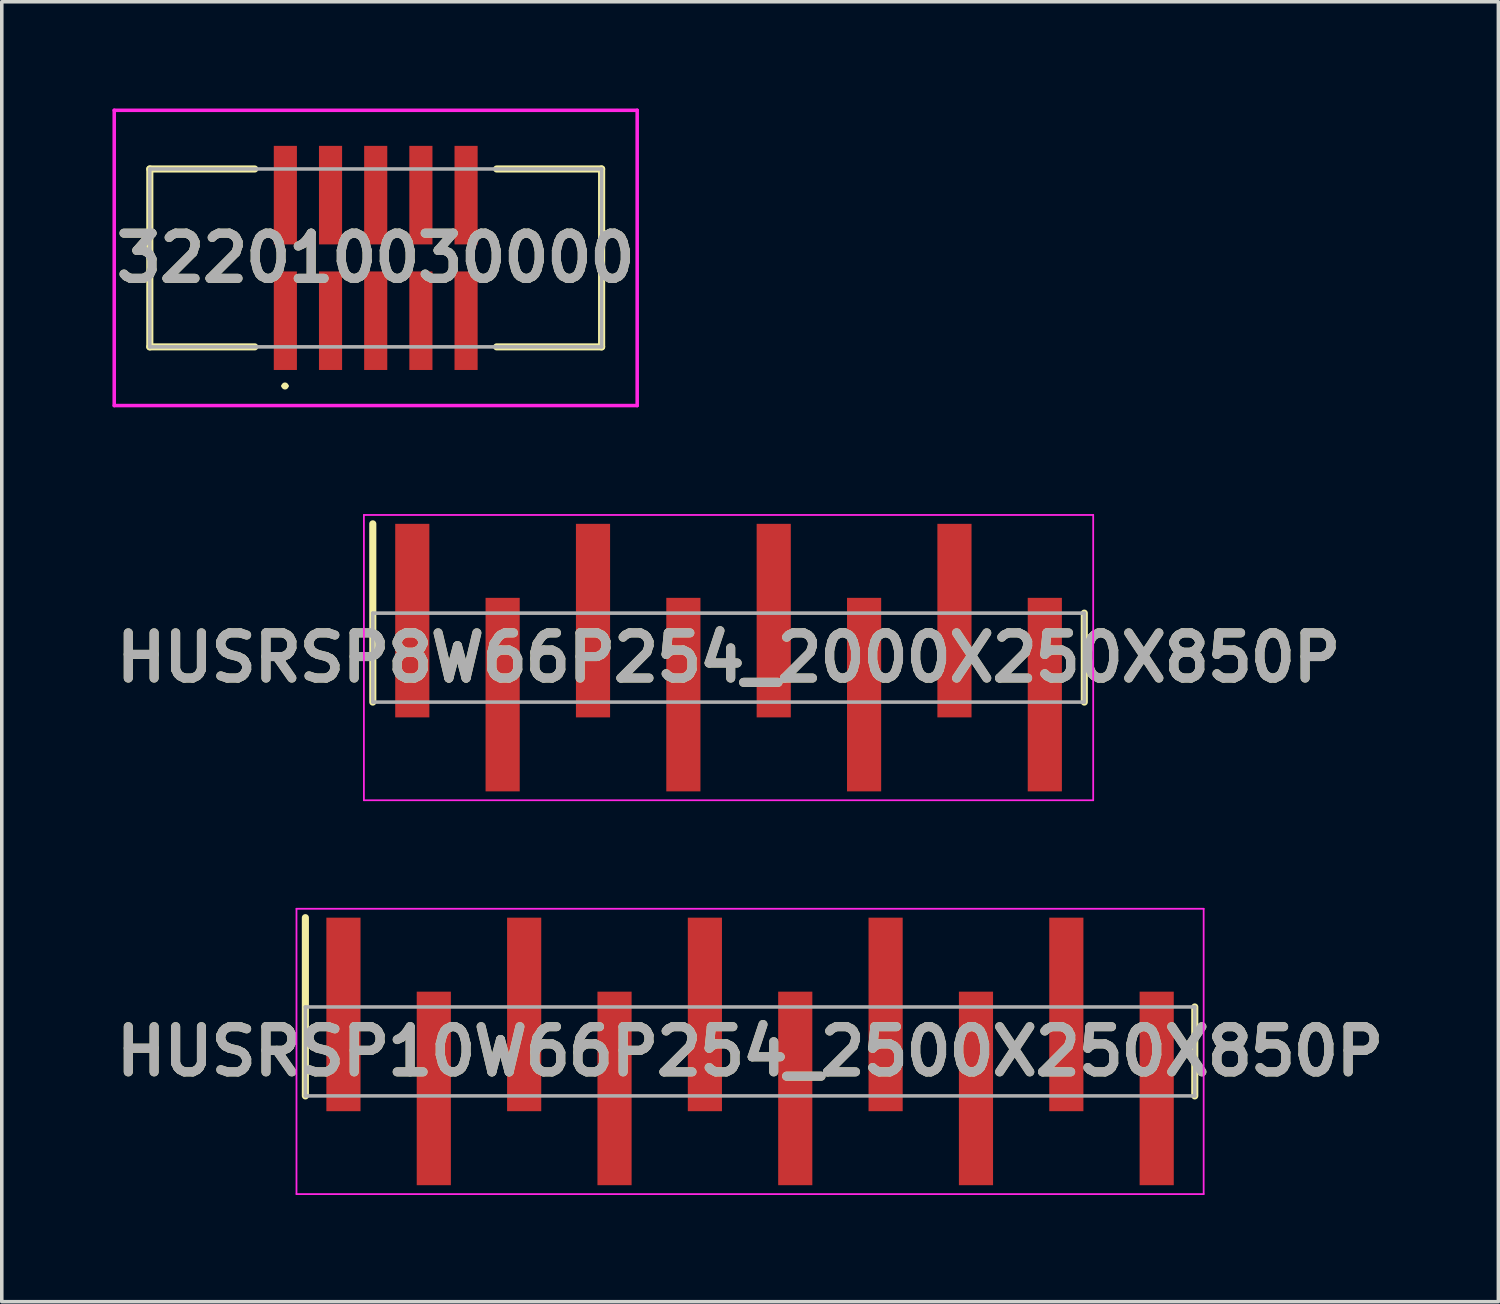
<source format=kicad_pcb>
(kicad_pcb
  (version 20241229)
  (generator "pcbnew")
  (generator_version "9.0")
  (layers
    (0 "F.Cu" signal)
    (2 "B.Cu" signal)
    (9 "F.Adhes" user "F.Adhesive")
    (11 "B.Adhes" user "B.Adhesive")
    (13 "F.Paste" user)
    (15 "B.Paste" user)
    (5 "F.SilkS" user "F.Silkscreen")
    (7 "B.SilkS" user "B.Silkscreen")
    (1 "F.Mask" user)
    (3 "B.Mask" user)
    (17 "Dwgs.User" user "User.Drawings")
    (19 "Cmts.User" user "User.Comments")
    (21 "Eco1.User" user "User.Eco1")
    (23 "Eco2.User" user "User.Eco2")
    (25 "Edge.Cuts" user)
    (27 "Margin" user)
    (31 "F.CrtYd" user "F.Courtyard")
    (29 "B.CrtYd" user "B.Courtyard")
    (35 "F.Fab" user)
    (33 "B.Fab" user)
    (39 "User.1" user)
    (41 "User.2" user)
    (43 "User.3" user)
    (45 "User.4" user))
  (footprint "HUSRSP8W66P254_2000X250X850P"
    (layer "F.Cu")
    (at 17.429 15.435)
    (property "Reference" "HUSRSP8W66P254_2000X250X850P" (at 0 0 0) (layer "F.SilkS") (effects (font (size 1.27 1.27) (thickness 0.254))))
    (attr smd)
    (fp_line (start -10 1.25) (end -10 -3.76) (stroke (width 0.2) (type solid)) (layer "F.SilkS"))
    (fp_line (start 10 1.25) (end 10 -1.25) (stroke (width 0.2) (type solid)) (layer "F.SilkS"))
    (fp_line (start -10.25 -4.01) (end 10.25 -4.01) (stroke (width 0.05) (type solid)) (layer "F.CrtYd"))
    (fp_line (start -10.25 4.01) (end -10.25 -4.01) (stroke (width 0.05) (type solid)) (layer "F.CrtYd"))
    (fp_line (start 10.25 -4.01) (end 10.25 4.01) (stroke (width 0.05) (type solid)) (layer "F.CrtYd"))
    (fp_line (start 10.25 4.01) (end -10.25 4.01) (stroke (width 0.05) (type solid)) (layer "F.CrtYd"))
    (fp_line (start -10 -1.25) (end 10 -1.25) (stroke (width 0.1) (type solid)) (layer "F.Fab"))
    (fp_line (start -10 1.25) (end -10 -1.25) (stroke (width 0.1) (type solid)) (layer "F.Fab"))
    (fp_line (start 10 -1.25) (end 10 1.25) (stroke (width 0.1) (type solid)) (layer "F.Fab"))
    (fp_line (start 10 1.25) (end -10 1.25) (stroke (width 0.1) (type solid)) (layer "F.Fab"))
    (fp_text user "${REFERENCE}" (at 0 0 0) (layer "F.Fab") (effects (font (size 1.27 1.27) (thickness 0.254))))
    (pad "1" smd rect (at -8.89 -1.04) (size 0.96 5.44) (layers "F.Cu" "F.Mask" "F.Paste"))
    (pad "2" smd rect (at -6.35 1.04) (size 0.96 5.44) (layers "F.Cu" "F.Mask" "F.Paste"))
    (pad "3" smd rect (at -3.81 -1.04) (size 0.96 5.44) (layers "F.Cu" "F.Mask" "F.Paste"))
    (pad "4" smd rect (at -1.27 1.04) (size 0.96 5.44) (layers "F.Cu" "F.Mask" "F.Paste"))
    (pad "5" smd rect (at 1.27 -1.04) (size 0.96 5.44) (layers "F.Cu" "F.Mask" "F.Paste"))
    (pad "6" smd rect (at 3.81 1.04) (size 0.96 5.44) (layers "F.Cu" "F.Mask" "F.Paste"))
    (pad "7" smd rect (at 6.35 -1.04) (size 0.96 5.44) (layers "F.Cu" "F.Mask" "F.Paste"))
    (pad "8" smd rect (at 8.89 1.04) (size 0.96 5.44) (layers "F.Cu" "F.Mask" "F.Paste")))
  (footprint "322010030000"
    (layer "F.Cu")
    (at 7.511 4.2)
    (property "Reference" "322010030000" (at 0 0 0) (layer "F.SilkS") (effects (font (size 1.27 1.27) (thickness 0.254))))
    (attr smd)
    (fp_line (start -6.35 -2.5) (end -6.35 2.5) (stroke (width 0.2) (type solid)) (layer "F.SilkS"))
    (fp_line (start -6.35 2.5) (end -3.4 2.5) (stroke (width 0.2) (type solid)) (layer "F.SilkS"))
    (fp_line (start -3.4 -2.5) (end -6.35 -2.5) (stroke (width 0.2) (type solid)) (layer "F.SilkS"))
    (fp_line (start -2.6 3.6) (end -2.6 3.6) (stroke (width 0.1) (type solid)) (layer "F.SilkS"))
    (fp_line (start -2.5 3.6) (end -2.5 3.6) (stroke (width 0.1) (type solid)) (layer "F.SilkS"))
    (fp_line (start 3.4 -2.5) (end 6.35 -2.5) (stroke (width 0.2) (type solid)) (layer "F.SilkS"))
    (fp_line (start 6.35 -2.5) (end 6.35 2.5) (stroke (width 0.2) (type solid)) (layer "F.SilkS"))
    (fp_line (start 6.35 2.5) (end 3.4 2.5) (stroke (width 0.2) (type solid)) (layer "F.SilkS"))
    (fp_arc (start -2.6 3.6) (mid -2.55 3.55) (end -2.5 3.6) (stroke (width 0.1) (type solid)) (layer "F.SilkS"))
    (fp_arc (start -2.5 3.6) (mid -2.55 3.65) (end -2.6 3.6) (stroke (width 0.1) (type solid)) (layer "F.SilkS"))
    (fp_line (start -7.35 -4.15) (end 7.35 -4.15) (stroke (width 0.1) (type solid)) (layer "F.CrtYd"))
    (fp_line (start -7.35 4.15) (end -7.35 -4.15) (stroke (width 0.1) (type solid)) (layer "F.CrtYd"))
    (fp_line (start 7.35 -4.15) (end 7.35 4.15) (stroke (width 0.1) (type solid)) (layer "F.CrtYd"))
    (fp_line (start 7.35 4.15) (end -7.35 4.15) (stroke (width 0.1) (type solid)) (layer "F.CrtYd"))
    (fp_line (start -6.35 -2.5) (end 6.35 -2.5) (stroke (width 0.1) (type solid)) (layer "F.Fab"))
    (fp_line (start -6.35 2.5) (end -6.35 -2.5) (stroke (width 0.1) (type solid)) (layer "F.Fab"))
    (fp_line (start 6.35 -2.5) (end 6.35 2.5) (stroke (width 0.1) (type solid)) (layer "F.Fab"))
    (fp_line (start 6.35 2.5) (end -6.35 2.5) (stroke (width 0.1) (type solid)) (layer "F.Fab"))
    (fp_text user "${REFERENCE}" (at 0 0 0) (layer "F.Fab") (effects (font (size 1.27 1.27) (thickness 0.254))))
    (pad "1" smd rect (at -2.54 1.765) (size 0.65 2.77) (layers "F.Cu" "F.Mask" "F.Paste"))
    (pad "2" smd rect (at -2.54 -1.765) (size 0.65 2.77) (layers "F.Cu" "F.Mask" "F.Paste"))
    (pad "3" smd rect (at -1.27 1.765) (size 0.65 2.77) (layers "F.Cu" "F.Mask" "F.Paste"))
    (pad "4" smd rect (at -1.27 -1.765) (size 0.65 2.77) (layers "F.Cu" "F.Mask" "F.Paste"))
    (pad "5" smd rect (at 0 1.765) (size 0.65 2.77) (layers "F.Cu" "F.Mask" "F.Paste"))
    (pad "6" smd rect (at 0 -1.765) (size 0.65 2.77) (layers "F.Cu" "F.Mask" "F.Paste"))
    (pad "7" smd rect (at 1.27 1.765) (size 0.65 2.77) (layers "F.Cu" "F.Mask" "F.Paste"))
    (pad "8" smd rect (at 1.27 -1.765) (size 0.65 2.77) (layers "F.Cu" "F.Mask" "F.Paste"))
    (pad "9" smd rect (at 2.54 1.765) (size 0.65 2.77) (layers "F.Cu" "F.Mask" "F.Paste"))
    (pad "10" smd rect (at 2.54 -1.765) (size 0.65 2.77) (layers "F.Cu" "F.Mask" "F.Paste")))
  (footprint "HUSRSP10W66P254_2500X250X850P"
    (layer "F.Cu")
    (at 18.034 26.505)
    (property "Reference" "HUSRSP10W66P254_2500X250X850P" (at 0 0 0) (layer "F.SilkS") (effects (font (size 1.27 1.27) (thickness 0.254))))
    (attr smd)
    (fp_line (start -12.5 1.25) (end -12.5 -3.76) (stroke (width 0.2) (type solid)) (layer "F.SilkS"))
    (fp_line (start 12.5 1.25) (end 12.5 -1.25) (stroke (width 0.2) (type solid)) (layer "F.SilkS"))
    (fp_line (start -12.75 -4.01) (end 12.75 -4.01) (stroke (width 0.05) (type solid)) (layer "F.CrtYd"))
    (fp_line (start -12.75 4.01) (end -12.75 -4.01) (stroke (width 0.05) (type solid)) (layer "F.CrtYd"))
    (fp_line (start 12.75 -4.01) (end 12.75 4.01) (stroke (width 0.05) (type solid)) (layer "F.CrtYd"))
    (fp_line (start 12.75 4.01) (end -12.75 4.01) (stroke (width 0.05) (type solid)) (layer "F.CrtYd"))
    (fp_line (start -12.5 -1.25) (end 12.5 -1.25) (stroke (width 0.1) (type solid)) (layer "F.Fab"))
    (fp_line (start -12.5 1.25) (end -12.5 -1.25) (stroke (width 0.1) (type solid)) (layer "F.Fab"))
    (fp_line (start 12.5 -1.25) (end 12.5 1.25) (stroke (width 0.1) (type solid)) (layer "F.Fab"))
    (fp_line (start 12.5 1.25) (end -12.5 1.25) (stroke (width 0.1) (type solid)) (layer "F.Fab"))
    (fp_text user "${REFERENCE}" (at 0 0 0) (layer "F.Fab") (effects (font (size 1.27 1.27) (thickness 0.254))))
    (pad "1" smd rect (at -11.43 -1.04) (size 0.96 5.44) (layers "F.Cu" "F.Mask" "F.Paste"))
    (pad "2" smd rect (at -8.89 1.04) (size 0.96 5.44) (layers "F.Cu" "F.Mask" "F.Paste"))
    (pad "3" smd rect (at -6.35 -1.04) (size 0.96 5.44) (layers "F.Cu" "F.Mask" "F.Paste"))
    (pad "4" smd rect (at -3.81 1.04) (size 0.96 5.44) (layers "F.Cu" "F.Mask" "F.Paste"))
    (pad "5" smd rect (at -1.27 -1.04) (size 0.96 5.44) (layers "F.Cu" "F.Mask" "F.Paste"))
    (pad "6" smd rect (at 1.27 1.04) (size 0.96 5.44) (layers "F.Cu" "F.Mask" "F.Paste"))
    (pad "7" smd rect (at 3.81 -1.04) (size 0.96 5.44) (layers "F.Cu" "F.Mask" "F.Paste"))
    (pad "8" smd rect (at 6.35 1.04) (size 0.96 5.44) (layers "F.Cu" "F.Mask" "F.Paste"))
    (pad "9" smd rect (at 8.89 -1.04) (size 0.96 5.44) (layers "F.Cu" "F.Mask" "F.Paste"))
    (pad "10" smd rect (at 11.43 1.04) (size 0.96 5.44) (layers "F.Cu" "F.Mask" "F.Paste")))
  (gr_rect
    (start -3 -3)
    (end 39.068 33.54)
    (stroke (width 0.1) (type default))
    (fill no)
    (layer "Edge.Cuts")))
</source>
